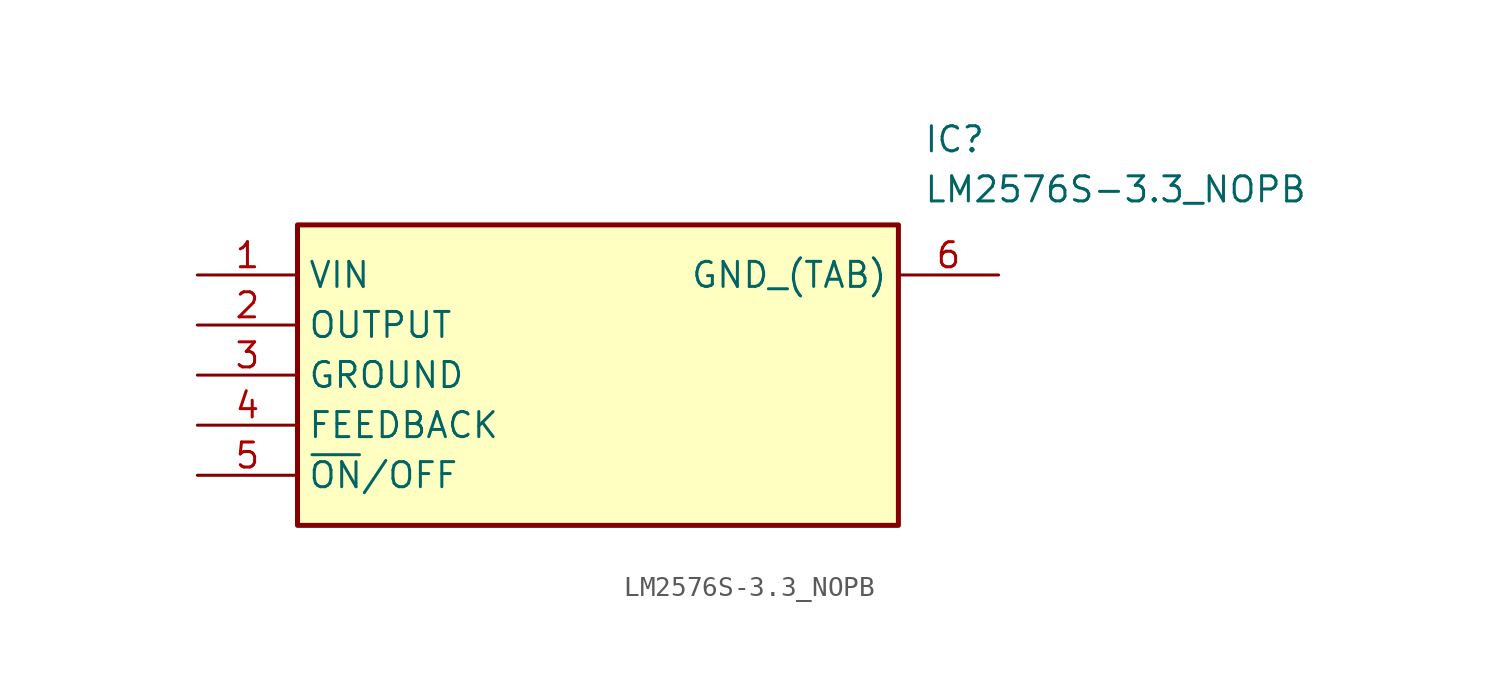
<source format=kicad_sym>
(kicad_symbol_lib
  (version 20211014)
  (generator SamacSys_ECAD_Model)
  (symbol "LM2576S-3.3_NOPB"
    (property "Reference" "IC"
      (at 36.83 7.62 0)
      (effects (font (size 1.27 1.27)) (justify left top)))
    (property "Value" "LM2576S-3.3_NOPB"
      (at 36.83 5.08 0)
      (effects (font (size 1.27 1.27)) (justify left top)))
    (rectangle
      (start 5.08 2.54)
      (end 35.56 -12.7)
      (stroke (width 0.254) (type default))
      (fill (type background)))
    (pin input line
      (at 0 0 0)
      (length 5.08)
      (name "VIN" (effects (font (size 1.27 1.27))))
      (number "1" (effects (font (size 1.27 1.27)))))
    (pin output line
      (at 0 -2.54 0)
      (length 5.08)
      (name "OUTPUT" (effects (font (size 1.27 1.27))))
      (number "2" (effects (font (size 1.27 1.27)))))
    (pin passive line
      (at 0 -5.08 0)
      (length 5.08)
      (name "GROUND" (effects (font (size 1.27 1.27))))
      (number "3" (effects (font (size 1.27 1.27)))))
    (pin passive line
      (at 0 -7.62 0)
      (length 5.08)
      (name "FEEDBACK" (effects (font (size 1.27 1.27))))
      (number "4" (effects (font (size 1.27 1.27)))))
    (pin passive line
      (at 0 -10.16 0)
      (length 5.08)
      (name "~{ON}/OFF" (effects (font (size 1.27 1.27))))
      (number "5" (effects (font (size 1.27 1.27)))))
    (pin power_in line
      (at 40.64 0 180)
      (length 5.08)
      (name "GND_(TAB)" (effects (font (size 1.27 1.27))))
      (number "6" (effects (font (size 1.27 1.27)))))))
</source>
